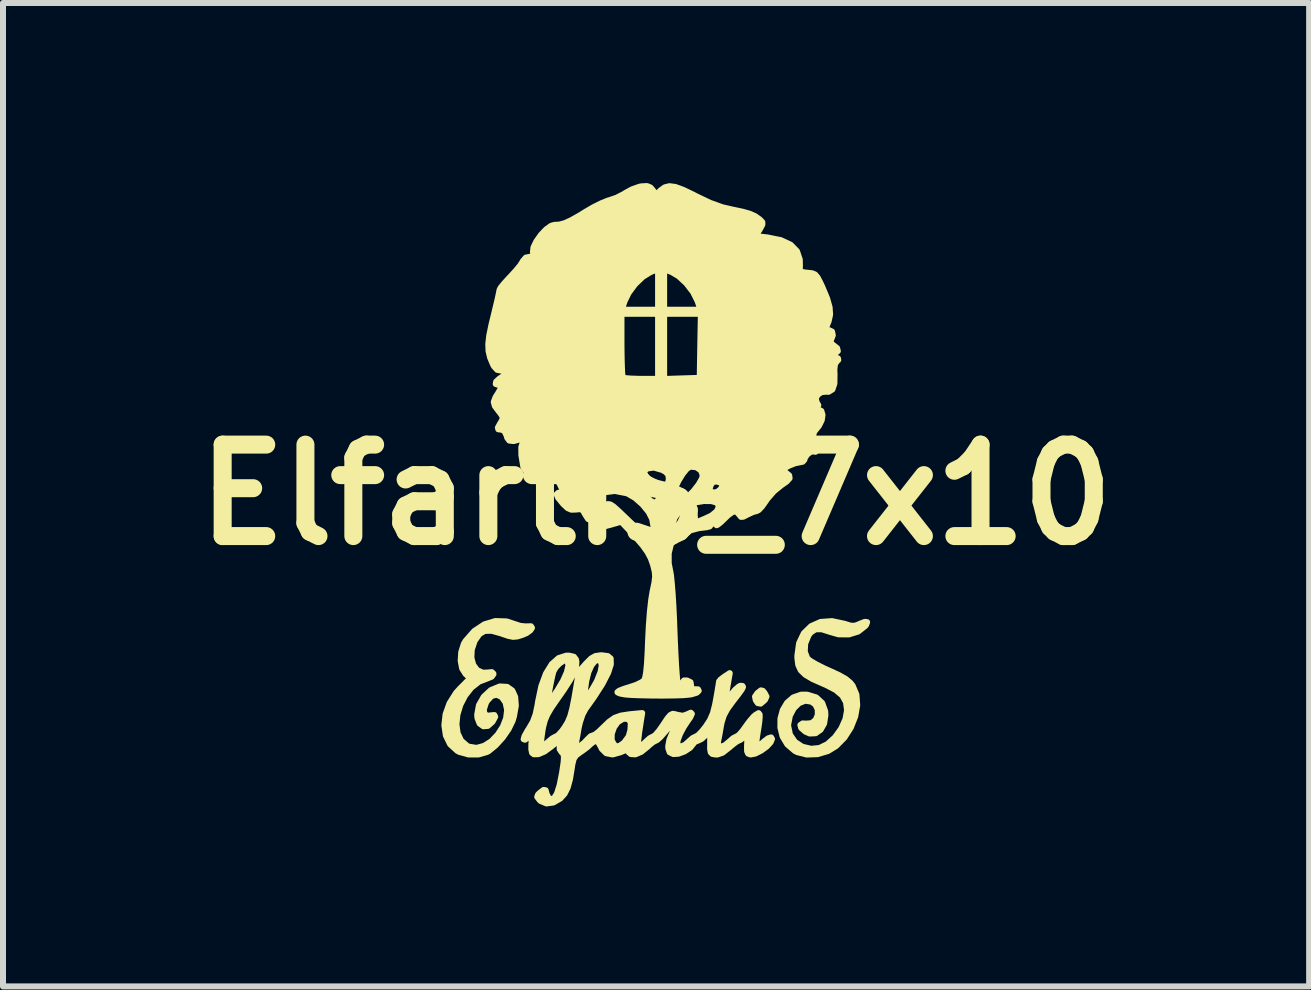
<source format=kicad_pcb>
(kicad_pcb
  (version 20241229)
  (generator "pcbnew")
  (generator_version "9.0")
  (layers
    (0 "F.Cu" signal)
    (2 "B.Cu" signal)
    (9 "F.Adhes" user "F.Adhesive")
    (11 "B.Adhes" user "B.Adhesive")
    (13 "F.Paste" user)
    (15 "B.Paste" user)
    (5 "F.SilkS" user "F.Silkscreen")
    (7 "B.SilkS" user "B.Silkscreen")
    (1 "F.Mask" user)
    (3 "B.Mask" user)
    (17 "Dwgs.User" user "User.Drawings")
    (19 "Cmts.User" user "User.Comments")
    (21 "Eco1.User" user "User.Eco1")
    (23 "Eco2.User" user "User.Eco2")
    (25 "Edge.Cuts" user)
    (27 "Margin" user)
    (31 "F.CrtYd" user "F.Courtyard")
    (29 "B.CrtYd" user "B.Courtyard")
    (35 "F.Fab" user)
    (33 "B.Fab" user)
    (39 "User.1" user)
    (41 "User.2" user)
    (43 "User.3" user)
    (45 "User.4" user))
  (footprint "ElfartiS_7x10"
    (layer "F.Cu")
    (at 7.881 5.193)
    (property "Reference" "ElfartiS_7x10" (at 0 0 0) (layer "F.SilkS") (effects (font (size 1.524 1.524) (thickness 0.3))))
    (attr through_hole)
    (fp_poly (pts (xy 1.84 3.362) (xy 1.819 3.412) (xy 1.804 3.429) (xy 1.742 3.481) (xy 1.695 3.472) (xy 1.662 3.425) (xy 1.649 3.364) (xy 1.69 3.305) (xy 1.695 3.301) (xy 1.747 3.26) (xy 1.78 3.268) (xy 1.81 3.305) (xy 1.84 3.362)) (stroke (width 0.1) (type solid)) (fill yes) (layer "F.SilkS"))
    (fp_poly (pts (xy 3.517 2.123) (xy 3.502 2.166) (xy 3.487 2.186) (xy 3.367 2.28) (xy 3.212 2.328) (xy 3.04 2.326) (xy 2.901 2.286) (xy 2.759 2.241) (xy 2.655 2.243) (xy 2.576 2.296) (xy 2.54 2.345) (xy 2.485 2.481) (xy 2.478 2.616) (xy 2.52 2.727) (xy 2.52 2.728) (xy 2.571 2.769) (xy 2.668 2.826) (xy 2.797 2.891) (xy 2.883 2.93) (xy 3.047 3.005) (xy 3.16 3.069) (xy 3.235 3.131) (xy 3.275 3.18) (xy 3.339 3.331) (xy 3.352 3.507) (xy 3.319 3.694) (xy 3.246 3.879) (xy 3.138 4.048) (xy 3.001 4.187) (xy 2.864 4.271) (xy 2.689 4.323) (xy 2.51 4.329) (xy 2.352 4.289) (xy 2.311 4.267) (xy 2.188 4.161) (xy 2.109 4.029) (xy 2.072 3.881) (xy 2.073 3.731) (xy 2.111 3.589) (xy 2.183 3.467) (xy 2.286 3.378) (xy 2.417 3.332) (xy 2.52 3.332) (xy 2.668 3.377) (xy 2.769 3.47) (xy 2.818 3.607) (xy 2.822 3.672) (xy 2.801 3.812) (xy 2.743 3.915) (xy 2.659 3.974) (xy 2.56 3.979) (xy 2.488 3.947) (xy 2.419 3.886) (xy 2.405 3.837) (xy 2.443 3.811) (xy 2.503 3.814) (xy 2.595 3.806) (xy 2.66 3.752) (xy 2.695 3.67) (xy 2.695 3.579) (xy 2.655 3.496) (xy 2.59 3.448) (xy 2.484 3.432) (xy 2.382 3.473) (xy 2.294 3.56) (xy 2.23 3.682) (xy 2.202 3.828) (xy 2.201 3.852) (xy 2.232 3.999) (xy 2.314 4.118) (xy 2.436 4.199) (xy 2.585 4.234) (xy 2.724 4.22) (xy 2.856 4.156) (xy 2.981 4.043) (xy 3.086 3.897) (xy 3.157 3.738) (xy 3.183 3.59) (xy 3.165 3.457) (xy 3.105 3.348) (xy 2.995 3.254) (xy 2.827 3.167) (xy 2.789 3.151) (xy 2.61 3.072) (xy 2.487 2.999) (xy 2.41 2.924) (xy 2.369 2.834) (xy 2.355 2.72) (xy 2.355 2.682) (xy 2.383 2.475) (xy 2.462 2.309) (xy 2.584 2.19) (xy 2.742 2.12) (xy 2.931 2.106) (xy 3.142 2.151) (xy 3.144 2.152) (xy 3.242 2.182) (xy 3.31 2.184) (xy 3.38 2.159) (xy 3.395 2.151) (xy 3.48 2.118) (xy 3.517 2.123)) (stroke (width 0.1) (type solid)) (fill yes) (layer "F.SilkS"))
    (fp_poly (pts (xy -2.067 2.218) (xy -2.094 2.26) (xy -2.158 2.306) (xy -2.229 2.336) (xy -2.313 2.362) (xy -2.382 2.368) (xy -2.461 2.352) (xy -2.576 2.313) (xy -2.58 2.311) (xy -2.738 2.267) (xy -2.855 2.269) (xy -2.943 2.321) (xy -3.016 2.427) (xy -3.023 2.438) (xy -3.071 2.582) (xy -3.077 2.719) (xy -3.045 2.837) (xy -2.98 2.923) (xy -2.888 2.966) (xy -2.81 2.963) (xy -2.736 2.956) (xy -2.71 2.98) (xy -2.709 2.99) (xy -2.739 3.032) (xy -2.802 3.058) (xy -2.95 3.115) (xy -3.078 3.216) (xy -3.182 3.349) (xy -3.261 3.502) (xy -3.31 3.665) (xy -3.326 3.826) (xy -3.306 3.974) (xy -3.248 4.097) (xy -3.147 4.185) (xy -3.119 4.198) (xy -2.991 4.219) (xy -2.863 4.184) (xy -2.742 4.107) (xy -2.636 3.996) (xy -2.552 3.865) (xy -2.498 3.725) (xy -2.481 3.586) (xy -2.508 3.46) (xy -2.573 3.37) (xy -2.657 3.331) (xy -2.741 3.354) (xy -2.816 3.436) (xy -2.835 3.471) (xy -2.87 3.58) (xy -2.86 3.653) (xy -2.806 3.683) (xy -2.76 3.677) (xy -2.694 3.671) (xy -2.68 3.7) (xy -2.717 3.769) (xy -2.728 3.786) (xy -2.802 3.852) (xy -2.877 3.858) (xy -2.94 3.812) (xy -2.976 3.719) (xy -2.98 3.666) (xy -2.951 3.507) (xy -2.87 3.365) (xy -2.752 3.256) (xy -2.61 3.197) (xy -2.599 3.195) (xy -2.481 3.202) (xy -2.395 3.263) (xy -2.347 3.369) (xy -2.336 3.516) (xy -2.368 3.695) (xy -2.39 3.768) (xy -2.456 3.904) (xy -2.555 4.047) (xy -2.672 4.176) (xy -2.787 4.27) (xy -2.813 4.285) (xy -2.959 4.328) (xy -3.124 4.328) (xy -3.276 4.286) (xy -3.313 4.266) (xy -3.431 4.158) (xy -3.502 4.012) (xy -3.527 3.842) (xy -3.507 3.659) (xy -3.441 3.475) (xy -3.331 3.301) (xy -3.267 3.23) (xy -3.095 3.057) (xy -3.173 2.987) (xy -3.231 2.895) (xy -3.255 2.767) (xy -3.246 2.624) (xy -3.204 2.489) (xy -3.175 2.438) (xy -3.029 2.272) (xy -2.86 2.16) (xy -2.678 2.105) (xy -2.491 2.111) (xy -2.371 2.15) (xy -2.266 2.185) (xy -2.17 2.195) (xy -2.151 2.193) (xy -2.084 2.192) (xy -2.067 2.218)) (stroke (width 0.1) (type solid)) (fill yes) (layer "F.SilkS"))
    (fp_poly (pts (xy 1.932 4.07) (xy 1.909 4.125) (xy 1.844 4.196) (xy 1.751 4.264) (xy 1.653 4.313) (xy 1.577 4.328) (xy 1.576 4.328) (xy 1.535 4.314) (xy 1.517 4.275) (xy 1.516 4.193) (xy 1.518 4.15) (xy 1.523 4.052) (xy 1.517 4.01) (xy 1.496 4.013) (xy 1.465 4.04) (xy 1.406 4.084) (xy 1.373 4.098) (xy 1.335 4.119) (xy 1.265 4.173) (xy 1.212 4.218) (xy 1.108 4.299) (xy 1.022 4.329) (xy 0.988 4.328) (xy 0.938 4.319) (xy 0.911 4.293) (xy 0.901 4.235) (xy 0.902 4.128) (xy 0.902 4.116) (xy 0.906 3.914) (xy 0.827 4.006) (xy 0.76 4.068) (xy 0.7 4.097) (xy 0.695 4.098) (xy 0.637 4.125) (xy 0.622 4.148) (xy 0.568 4.216) (xy 0.475 4.277) (xy 0.371 4.316) (xy 0.287 4.321) (xy 0.227 4.291) (xy 0.205 4.229) (xy 0.203 4.19) (xy 0.222 4.086) (xy 0.266 3.978) (xy 0.271 3.97) (xy 0.32 3.885) (xy 0.335 3.843) (xy 0.317 3.828) (xy 0.294 3.827) (xy 0.248 3.852) (xy 0.181 3.914) (xy 0.14 3.962) (xy 0.071 4.04) (xy 0.016 4.089) (xy -0.004 4.098) (xy -0.048 4.12) (xy -0.116 4.175) (xy -0.141 4.199) (xy -0.246 4.284) (xy -0.344 4.326) (xy -0.42 4.321) (xy -0.42 3.807) (xy -0.448 3.745) (xy -0.516 3.731) (xy -0.556 3.738) (xy -0.638 3.788) (xy -0.701 3.877) (xy -0.738 3.984) (xy -0.74 4.087) (xy -0.704 4.159) (xy -0.66 4.193) (xy -0.615 4.189) (xy -0.547 4.143) (xy -0.534 4.133) (xy -0.457 4.03) (xy -0.427 3.924) (xy -0.42 3.807) (xy -0.42 4.321) (xy -0.421 4.321) (xy -0.453 4.293) (xy -0.482 4.261) (xy -0.524 4.262) (xy -0.595 4.292) (xy -0.724 4.328) (xy -0.83 4.307) (xy -0.905 4.233) (xy -0.92 4.198) (xy -0.966 4.118) (xy -1.023 4.103) (xy -1.088 4.153) (xy -1.145 4.206) (xy -1.231 4.27) (xy -1.256 4.286) (xy -1.331 4.341) (xy -1.372 4.401) (xy -1.395 4.494) (xy -1.402 4.544) (xy -1.434 4.739) (xy -1.473 4.881) (xy -1.524 4.983) (xy -1.593 5.059) (xy -1.595 5.061) (xy -1.712 5.129) (xy -1.826 5.144) (xy -1.923 5.104) (xy -1.942 5.085) (xy -1.98 5.035) (xy -1.966 4.996) (xy -1.936 4.967) (xy -1.873 4.919) (xy -1.839 4.925) (xy -1.823 4.987) (xy -1.791 5.051) (xy -1.752 5.074) (xy -1.698 5.056) (xy -1.65 4.978) (xy -1.606 4.838) (xy -1.566 4.633) (xy -1.56 4.595) (xy -1.54 4.46) (xy -1.534 4.376) (xy -1.542 4.326) (xy -1.564 4.296) (xy -1.574 4.289) (xy -1.606 4.239) (xy -1.604 4.182) (xy -1.575 4.144) (xy -1.54 4.144) (xy -1.499 4.129) (xy -1.475 4.075) (xy -1.464 3.996) (xy -1.48 3.973) (xy -1.519 4.01) (xy -1.53 4.027) (xy -1.575 4.081) (xy -1.604 4.098) (xy -1.645 4.118) (xy -1.715 4.171) (xy -1.749 4.199) (xy -1.859 4.279) (xy -1.959 4.323) (xy -2.035 4.325) (xy -2.066 4.301) (xy -2.078 4.243) (xy -2.077 4.149) (xy -2.074 4.119) (xy -2.064 4.033) (xy -2.071 4.003) (xy -2.099 4.018) (xy -2.123 4.039) (xy -2.183 4.082) (xy -2.206 4.074) (xy -2.191 4.021) (xy -2.139 3.928) (xy -2.118 3.896) (xy -2.052 3.783) (xy -2.007 3.661) (xy -1.974 3.504) (xy -1.966 3.45) (xy -1.912 3.192) (xy -1.835 2.982) (xy -1.737 2.823) (xy -1.623 2.722) (xy -1.494 2.681) (xy -1.448 2.682) (xy -1.369 2.7) (xy -1.334 2.745) (xy -1.327 2.783) (xy -1.332 2.862) (xy -1.366 2.962) (xy -1.434 3.09) (xy -1.46 3.131) (xy -1.46 2.848) (xy -1.473 2.776) (xy -1.489 2.761) (xy -1.538 2.765) (xy -1.605 2.809) (xy -1.669 2.874) (xy -1.71 2.945) (xy -1.71 2.947) (xy -1.728 3.016) (xy -1.75 3.119) (xy -1.773 3.235) (xy -1.792 3.347) (xy -1.806 3.437) (xy -1.81 3.485) (xy -1.808 3.488) (xy -1.785 3.462) (xy -1.734 3.393) (xy -1.666 3.293) (xy -1.642 3.257) (xy -1.548 3.099) (xy -1.486 2.959) (xy -1.46 2.848) (xy -1.46 3.131) (xy -1.539 3.254) (xy -1.652 3.415) (xy -1.749 3.556) (xy -1.813 3.666) (xy -1.854 3.764) (xy -1.882 3.872) (xy -1.893 3.936) (xy -1.91 4.056) (xy -1.918 4.147) (xy -1.915 4.192) (xy -1.914 4.193) (xy -1.881 4.184) (xy -1.821 4.139) (xy -1.801 4.121) (xy -1.731 4.062) (xy -1.676 4.031) (xy -1.668 4.03) (xy -1.628 4.004) (xy -1.568 3.938) (xy -1.524 3.877) (xy -1.471 3.79) (xy -1.43 3.692) (xy -1.396 3.565) (xy -1.361 3.392) (xy -1.353 3.344) (xy -1.327 3.192) (xy -1.306 3.068) (xy -1.292 2.984) (xy -1.287 2.955) (xy -1.266 2.927) (xy -1.213 2.866) (xy -1.164 2.811) (xy -1.081 2.728) (xy -1.01 2.688) (xy -0.925 2.676) (xy -0.909 2.675) (xy -0.803 2.689) (xy -0.756 2.729) (xy -0.753 2.826) (xy -0.798 2.966) (xy -0.891 3.148) (xy -0.904 3.169) (xy -0.904 2.842) (xy -0.923 2.771) (xy -0.956 2.751) (xy -1.017 2.77) (xy -1.076 2.843) (xy -1.127 2.957) (xy -1.162 3.099) (xy -1.166 3.126) (xy -1.183 3.246) (xy -1.201 3.35) (xy -1.208 3.387) (xy -1.216 3.433) (xy -1.202 3.433) (xy -1.16 3.382) (xy -1.138 3.354) (xy -1.064 3.245) (xy -0.993 3.121) (xy -0.98 3.094) (xy -0.924 2.952) (xy -0.904 2.842) (xy -0.904 3.169) (xy -1.032 3.369) (xy -1.177 3.573) (xy -1.225 3.663) (xy -1.267 3.789) (xy -1.288 3.878) (xy -1.309 4.001) (xy -1.329 4.108) (xy -1.34 4.159) (xy -1.346 4.213) (xy -1.32 4.215) (xy -1.28 4.196) (xy -1.201 4.137) (xy -1.141 4.075) (xy -1.089 4.024) (xy -1.053 4.011) (xy -1.053 4.011) (xy -1.017 3.998) (xy -0.952 3.946) (xy -0.895 3.891) (xy -0.784 3.784) (xy -0.69 3.718) (xy -0.588 3.681) (xy -0.453 3.66) (xy -0.429 3.657) (xy -0.231 3.638) (xy -0.253 3.775) (xy -0.282 3.966) (xy -0.297 4.097) (xy -0.296 4.173) (xy -0.278 4.2) (xy -0.241 4.184) (xy -0.184 4.13) (xy -0.169 4.115) (xy -0.104 4.057) (xy -0.052 4.03) (xy -0.049 4.03) (xy -0.011 4.004) (xy 0.049 3.934) (xy 0.118 3.836) (xy 0.121 3.831) (xy 0.19 3.727) (xy 0.238 3.671) (xy 0.278 3.651) (xy 0.324 3.658) (xy 0.35 3.667) (xy 0.449 3.684) (xy 0.516 3.66) (xy 0.579 3.632) (xy 0.597 3.65) (xy 0.569 3.711) (xy 0.529 3.767) (xy 0.459 3.874) (xy 0.4 3.986) (xy 0.362 4.086) (xy 0.352 4.155) (xy 0.357 4.167) (xy 0.408 4.198) (xy 0.481 4.169) (xy 0.542 4.115) (xy 0.607 4.057) (xy 0.66 4.03) (xy 0.663 4.03) (xy 0.704 4.005) (xy 0.768 3.939) (xy 0.828 3.863) (xy 0.899 3.754) (xy 0.948 3.641) (xy 0.984 3.498) (xy 1 3.414) (xy 1.023 3.283) (xy 1.04 3.179) (xy 1.049 3.119) (xy 1.05 3.111) (xy 1.075 3.08) (xy 1.136 3.033) (xy 1.139 3.031) (xy 1.228 2.973) (xy 1.207 3.095) (xy 1.186 3.218) (xy 1.165 3.344) (xy 1.165 3.344) (xy 1.144 3.471) (xy 1.252 3.327) (xy 1.322 3.246) (xy 1.383 3.194) (xy 1.408 3.183) (xy 1.441 3.187) (xy 1.449 3.204) (xy 1.43 3.244) (xy 1.377 3.318) (xy 1.287 3.434) (xy 1.286 3.435) (xy 1.189 3.568) (xy 1.129 3.679) (xy 1.093 3.794) (xy 1.082 3.849) (xy 1.061 3.971) (xy 1.041 4.076) (xy 1.031 4.123) (xy 1.037 4.183) (xy 1.081 4.2) (xy 1.148 4.174) (xy 1.219 4.115) (xy 1.285 4.057) (xy 1.337 4.03) (xy 1.34 4.03) (xy 1.381 4.004) (xy 1.441 3.936) (xy 1.486 3.873) (xy 1.558 3.775) (xy 1.626 3.696) (xy 1.659 3.668) (xy 1.709 3.639) (xy 1.726 3.662) (xy 1.727 3.7) (xy 1.721 3.778) (xy 1.705 3.892) (xy 1.691 3.976) (xy 1.675 4.085) (xy 1.67 4.164) (xy 1.674 4.192) (xy 1.708 4.183) (xy 1.77 4.138) (xy 1.795 4.115) (xy 1.868 4.059) (xy 1.917 4.044) (xy 1.932 4.07)) (stroke (width 0.1) (type solid)) (fill yes) (layer "F.SilkS"))
    (fp_poly (pts (xy 3.036 -2.245) (xy 3.013 -2.224) (xy 2.981 -2.174) (xy 2.971 -2.084) (xy 2.974 -2.01) (xy 2.972 -1.852) (xy 2.939 -1.754) (xy 2.875 -1.715) (xy 2.837 -1.717) (xy 2.756 -1.709) (xy 2.691 -1.664) (xy 2.66 -1.602) (xy 2.677 -1.539) (xy 2.704 -1.491) (xy 2.678 -1.457) (xy 2.673 -1.454) (xy 2.65 -1.431) (xy 2.687 -1.423) (xy 2.699 -1.423) (xy 2.754 -1.396) (xy 2.774 -1.33) (xy 2.761 -1.242) (xy 2.715 -1.149) (xy 2.686 -1.113) (xy 2.633 -1.047) (xy 2.619 -0.987) (xy 2.637 -0.898) (xy 2.639 -0.893) (xy 2.666 -0.786) (xy 2.672 -0.73) (xy 2.655 -0.715) (xy 2.628 -0.722) (xy 2.601 -0.718) (xy 2.601 -1.437) (xy 2.557 -1.45) (xy 2.508 -1.44) (xy 2.46 -1.411) (xy 2.457 -1.386) (xy 2.508 -1.357) (xy 2.569 -1.369) (xy 2.592 -1.391) (xy 2.601 -1.437) (xy 2.601 -0.718) (xy 2.572 -0.713) (xy 2.513 -0.665) (xy 2.475 -0.602) (xy 2.472 -0.582) (xy 2.444 -0.55) (xy 2.396 -0.54) (xy 2.316 -0.524) (xy 2.218 -0.485) (xy 2.203 -0.477) (xy 2.13 -0.436) (xy 2.111 -0.41) (xy 2.138 -0.383) (xy 2.161 -0.369) (xy 2.219 -0.321) (xy 2.225 -0.274) (xy 2.176 -0.219) (xy 2.117 -0.178) (xy 2.117 -0.271) (xy 2.068 -0.302) (xy 2.047 -0.305) (xy 2.003 -0.286) (xy 1.998 -0.271) (xy 2.027 -0.244) (xy 2.068 -0.237) (xy 2.115 -0.25) (xy 2.117 -0.271) (xy 2.117 -0.178) (xy 2.083 -0.154) (xy 1.962 -0.055) (xy 1.853 0.071) (xy 1.829 0.107) (xy 1.766 0.196) (xy 1.709 0.256) (xy 1.679 0.271) (xy 1.619 0.287) (xy 1.535 0.325) (xy 1.525 0.33) (xy 1.453 0.367) (xy 1.416 0.369) (xy 1.389 0.336) (xy 1.385 0.33) (xy 1.34 0.281) (xy 1.282 0.283) (xy 1.203 0.339) (xy 1.151 0.389) (xy 1.111 0.428) (xy 1.111 -0.162) (xy 1.097 -0.192) (xy 1.03 -0.216) (xy 1.027 -0.218) (xy 0.957 -0.218) (xy 0.915 -0.17) (xy 0.893 -0.103) (xy 0.898 -0.067) (xy 0.951 -0.035) (xy 1.021 -0.046) (xy 1.08 -0.095) (xy 1.085 -0.105) (xy 1.111 -0.162) (xy 1.111 0.428) (xy 1.079 0.459) (xy 1.025 0.501) (xy 1.009 0.508) (xy 0.984 0.485) (xy 0.989 0.437) (xy 1.019 0.397) (xy 1.024 0.395) (xy 1.049 0.38) (xy 1.046 0.379) (xy 1.046 0.205) (xy 1.027 0.145) (xy 1.011 0.132) (xy 0.922 0.106) (xy 0.796 0.105) (xy 0.779 0.108) (xy 0.779 -0.324) (xy 0.749 -0.404) (xy 0.747 -0.406) (xy 0.747 -3.014) (xy 0.741 -3.014) (xy 0.741 -3.082) (xy 0.692 -3.226) (xy 0.618 -3.375) (xy 0.507 -3.52) (xy 0.378 -3.64) (xy 0.262 -3.709) (xy 0.135 -3.76) (xy 0.135 -3.421) (xy 0.135 -3.082) (xy 0.438 -3.082) (xy 0.741 -3.082) (xy 0.741 -3.014) (xy 0.441 -3.014) (xy 0.135 -3.014) (xy 0.135 -2.471) (xy 0.135 -1.928) (xy 0.432 -1.938) (xy 0.728 -1.947) (xy 0.737 -2.481) (xy 0.747 -3.014) (xy 0.747 -0.406) (xy 0.673 -0.457) (xy 0.572 -0.468) (xy 0.568 -0.468) (xy 0.513 -0.432) (xy 0.445 -0.348) (xy 0.375 -0.234) (xy 0.312 -0.106) (xy 0.266 0.019) (xy 0.253 0.076) (xy 0.243 0.16) (xy 0.259 0.195) (xy 0.31 0.184) (xy 0.406 0.13) (xy 0.411 0.127) (xy 0.519 0.046) (xy 0.622 -0.058) (xy 0.709 -0.169) (xy 0.765 -0.268) (xy 0.779 -0.324) (xy 0.779 0.108) (xy 0.657 0.128) (xy 0.529 0.171) (xy 0.527 0.172) (xy 0.394 0.265) (xy 0.305 0.391) (xy 0.271 0.533) (xy 0.271 0.538) (xy 0.274 0.57) (xy 0.291 0.585) (xy 0.334 0.58) (xy 0.416 0.554) (xy 0.549 0.506) (xy 0.55 0.505) (xy 0.691 0.451) (xy 0.82 0.397) (xy 0.914 0.353) (xy 0.931 0.343) (xy 1.012 0.276) (xy 1.046 0.205) (xy 1.046 0.379) (xy 1.024 0.375) (xy 0.981 0.401) (xy 0.948 0.457) (xy 0.894 0.528) (xy 0.839 0.542) (xy 0.713 0.557) (xy 0.57 0.595) (xy 0.435 0.647) (xy 0.333 0.705) (xy 0.311 0.724) (xy 0.246 0.831) (xy 0.213 0.968) (xy 0.213 -0.26) (xy 0.206 -0.331) (xy 0.161 -0.38) (xy 0.102 -0.413) (xy 0.034 -0.432) (xy 0.034 -1.93) (xy 0.034 -2.472) (xy 0.034 -3.014) (xy 0.034 -3.082) (xy 0.034 -3.421) (xy 0.034 -3.76) (xy -0.093 -3.709) (xy -0.222 -3.63) (xy -0.35 -3.506) (xy -0.458 -3.36) (xy -0.523 -3.226) (xy -0.572 -3.082) (xy -0.269 -3.082) (xy 0.034 -3.082) (xy 0.034 -3.014) (xy -0.271 -3.014) (xy -0.576 -3.014) (xy -0.576 -2.495) (xy -0.574 -2.314) (xy -0.57 -2.157) (xy -0.565 -2.037) (xy -0.557 -1.966) (xy -0.553 -1.953) (xy -0.511 -1.943) (xy -0.419 -1.935) (xy -0.293 -1.931) (xy -0.248 -1.93) (xy 0.034 -1.93) (xy 0.034 -0.432) (xy -0.038 -0.453) (xy -0.15 -0.436) (xy -0.228 -0.367) (xy -0.263 -0.253) (xy -0.255 -0.148) (xy -0.221 -0.061) (xy -0.16 0.029) (xy -0.09 0.102) (xy -0.027 0.135) (xy -0.021 0.135) (xy 0.017 0.109) (xy 0.074 0.041) (xy 0.112 -0.015) (xy 0.169 -0.121) (xy 0.206 -0.221) (xy 0.213 -0.26) (xy 0.213 0.968) (xy 0.211 0.978) (xy 0.211 1.143) (xy 0.236 1.271) (xy 0.249 1.343) (xy 0.262 1.471) (xy 0.276 1.644) (xy 0.289 1.85) (xy 0.3 2.078) (xy 0.305 2.218) (xy 0.314 2.45) (xy 0.324 2.663) (xy 0.334 2.845) (xy 0.344 2.988) (xy 0.352 3.08) (xy 0.357 3.107) (xy 0.389 3.168) (xy 0.422 3.181) (xy 0.44 3.142) (xy 0.44 3.133) (xy 0.466 3.095) (xy 0.516 3.095) (xy 0.575 3.124) (xy 0.584 3.183) (xy 0.588 3.238) (xy 0.631 3.244) (xy 0.643 3.241) (xy 0.699 3.243) (xy 0.711 3.267) (xy 0.68 3.298) (xy 0.596 3.324) (xy 0.554 3.331) (xy 0.452 3.34) (xy 0.3 3.345) (xy 0.119 3.347) (xy -0.074 3.346) (xy -0.26 3.342) (xy -0.42 3.336) (xy -0.516 3.328) (xy -0.598 3.313) (xy -0.641 3.294) (xy -0.643 3.289) (xy -0.614 3.266) (xy -0.536 3.235) (xy -0.446 3.207) (xy -0.331 3.169) (xy -0.24 3.125) (xy -0.201 3.096) (xy -0.181 3.05) (xy -0.165 2.96) (xy -0.151 2.819) (xy -0.14 2.621) (xy -0.133 2.443) (xy -0.12 2.183) (xy -0.102 1.946) (xy -0.08 1.748) (xy -0.056 1.602) (xy -0.054 1.596) (xy -0.026 1.461) (xy -0.015 1.366) (xy -0.021 1.283) (xy -0.04 1.205) (xy -0.04 0.659) (xy -0.042 0.533) (xy -0.063 0.41) (xy -0.065 0.402) (xy -0.124 0.286) (xy -0.225 0.163) (xy -0.347 0.055) (xy -0.406 0.02) (xy -0.406 -0.306) (xy -0.425 -0.364) (xy -0.47 -0.433) (xy -0.525 -0.495) (xy -0.575 -0.532) (xy -0.598 -0.531) (xy -0.594 -0.493) (xy -0.564 -0.423) (xy -0.519 -0.342) (xy -0.473 -0.273) (xy -0.438 -0.238) (xy -0.434 -0.237) (xy -0.412 -0.266) (xy -0.406 -0.306) (xy -0.406 0.02) (xy -0.469 -0.017) (xy -0.482 -0.023) (xy -0.651 -0.056) (xy -0.651 -0.231) (xy -0.654 -0.267) (xy -0.685 -0.265) (xy -0.719 -0.229) (xy -0.725 -0.217) (xy -0.725 -0.178) (xy -0.705 -0.177) (xy -0.657 -0.219) (xy -0.651 -0.231) (xy -0.651 -0.056) (xy -0.682 -0.063) (xy -0.876 -0.039) (xy -0.932 -0.019) (xy -1.02 0.026) (xy -1.044 0.07) (xy -1.01 0.126) (xy -0.98 0.154) (xy -0.92 0.196) (xy -0.867 0.188) (xy -0.84 0.173) (xy -0.803 0.156) (xy -0.764 0.161) (xy -0.71 0.195) (xy -0.631 0.265) (xy -0.546 0.346) (xy -0.427 0.46) (xy -0.307 0.571) (xy -0.208 0.659) (xy -0.186 0.678) (xy -0.051 0.792) (xy -0.04 0.659) (xy -0.04 1.205) (xy -0.044 1.188) (xy -0.05 1.165) (xy -0.088 1.058) (xy -0.143 0.955) (xy -0.223 0.843) (xy -0.338 0.709) (xy -0.449 0.589) (xy -0.581 0.449) (xy -0.752 0.499) (xy -0.856 0.526) (xy -0.914 0.53) (xy -0.946 0.511) (xy -0.951 0.504) (xy -0.959 0.445) (xy -0.947 0.425) (xy -0.913 0.374) (xy -0.93 0.358) (xy -0.981 0.388) (xy -1.061 0.43) (xy -1.132 0.405) (xy -1.187 0.318) (xy -1.219 0.258) (xy -1.27 0.24) (xy -1.333 0.247) (xy -1.389 0.249) (xy -1.389 0.085) (xy -1.405 0.068) (xy -1.422 0.085) (xy -1.405 0.102) (xy -1.389 0.085) (xy -1.389 0.249) (xy -1.411 0.25) (xy -1.474 0.223) (xy -1.548 0.153) (xy -1.552 0.148) (xy -1.631 0.052) (xy -1.656 -0.007) (xy -1.629 -0.032) (xy -1.609 -0.034) (xy -1.567 -0.049) (xy -1.566 -0.099) (xy -1.609 -0.188) (xy -1.679 -0.299) (xy -1.757 -0.404) (xy -1.814 -0.454) (xy -1.855 -0.458) (xy -1.923 -0.44) (xy -2.023 -0.422) (xy -2.054 -0.417) (xy -2.145 -0.409) (xy -2.191 -0.421) (xy -2.211 -0.462) (xy -2.214 -0.478) (xy -2.244 -0.662) (xy -2.245 -0.794) (xy -2.216 -0.884) (xy -2.201 -0.906) (xy -2.152 -0.952) (xy -2.121 -0.958) (xy -2.101 -0.961) (xy -2.1 -0.971) (xy -2.117 -1.022) (xy -2.162 -1.016) (xy -2.209 -0.974) (xy -2.291 -0.916) (xy -2.316 -0.909) (xy -2.316 -1.175) (xy -2.316 -1.176) (xy -2.355 -1.175) (xy -2.413 -1.145) (xy -2.461 -1.105) (xy -2.472 -1.082) (xy -2.448 -1.074) (xy -2.391 -1.102) (xy -2.387 -1.104) (xy -2.331 -1.148) (xy -2.316 -1.175) (xy -2.316 -0.909) (xy -2.371 -0.894) (xy -2.445 -0.902) (xy -2.48 -0.949) (xy -2.49 -0.986) (xy -2.527 -1.064) (xy -2.577 -1.084) (xy -2.628 -1.09) (xy -2.635 -1.118) (xy -2.6 -1.183) (xy -2.587 -1.203) (xy -2.556 -1.26) (xy -2.559 -1.306) (xy -2.601 -1.367) (xy -2.621 -1.391) (xy -2.686 -1.478) (xy -2.704 -1.546) (xy -2.676 -1.622) (xy -2.642 -1.676) (xy -2.589 -1.765) (xy -2.579 -1.812) (xy -2.61 -1.828) (xy -2.625 -1.829) (xy -2.671 -1.845) (xy -2.664 -1.884) (xy -2.607 -1.936) (xy -2.574 -1.957) (xy -2.494 -2.012) (xy -2.48 -2.047) (xy -2.53 -2.064) (xy -2.57 -2.066) (xy -2.647 -2.081) (xy -2.7 -2.139) (xy -2.72 -2.176) (xy -2.766 -2.288) (xy -2.791 -2.395) (xy -2.795 -2.512) (xy -2.779 -2.654) (xy -2.741 -2.838) (xy -2.712 -2.956) (xy -2.673 -3.118) (xy -2.64 -3.257) (xy -2.618 -3.359) (xy -2.608 -3.411) (xy -2.608 -3.414) (xy -2.586 -3.453) (xy -2.527 -3.525) (xy -2.443 -3.617) (xy -2.424 -3.636) (xy -2.333 -3.736) (xy -2.26 -3.825) (xy -2.221 -3.888) (xy -2.219 -3.893) (xy -2.169 -3.951) (xy -2.114 -3.962) (xy -2.054 -3.972) (xy -2.045 -4.015) (xy -2.051 -4.044) (xy -2.042 -4.123) (xy -1.993 -4.223) (xy -1.918 -4.329) (xy -1.831 -4.421) (xy -1.747 -4.481) (xy -1.693 -4.496) (xy -1.609 -4.501) (xy -1.52 -4.525) (xy -1.411 -4.575) (xy -1.268 -4.656) (xy -1.178 -4.712) (xy -1.043 -4.791) (xy -0.91 -4.857) (xy -0.804 -4.9) (xy -0.778 -4.907) (xy -0.659 -4.948) (xy -0.537 -5.01) (xy -0.508 -5.029) (xy -0.396 -5.09) (xy -0.275 -5.132) (xy -0.244 -5.138) (xy -0.15 -5.143) (xy -0.092 -5.119) (xy -0.056 -5.077) (xy -0.001 -4.999) (xy 0.078 -5.073) (xy 0.146 -5.122) (xy 0.223 -5.141) (xy 0.321 -5.128) (xy 0.45 -5.081) (xy 0.621 -4.999) (xy 0.666 -4.975) (xy 0.898 -4.864) (xy 1.104 -4.79) (xy 1.268 -4.752) (xy 1.439 -4.716) (xy 1.56 -4.682) (xy 1.648 -4.643) (xy 1.721 -4.592) (xy 1.735 -4.58) (xy 1.771 -4.541) (xy 1.772 -4.502) (xy 1.737 -4.436) (xy 1.727 -4.419) (xy 1.659 -4.309) (xy 1.854 -4.287) (xy 2.078 -4.242) (xy 2.242 -4.166) (xy 2.348 -4.058) (xy 2.395 -3.917) (xy 2.397 -3.821) (xy 2.395 -3.749) (xy 2.418 -3.715) (xy 2.483 -3.702) (xy 2.527 -3.698) (xy 2.6 -3.69) (xy 2.65 -3.67) (xy 2.69 -3.623) (xy 2.736 -3.536) (xy 2.771 -3.461) (xy 2.85 -3.272) (xy 2.892 -3.123) (xy 2.9 -3.001) (xy 2.876 -2.891) (xy 2.866 -2.867) (xy 2.835 -2.788) (xy 2.834 -2.752) (xy 2.865 -2.743) (xy 2.88 -2.743) (xy 2.933 -2.718) (xy 2.945 -2.655) (xy 2.914 -2.576) (xy 2.908 -2.528) (xy 2.957 -2.49) (xy 3.017 -2.442) (xy 3.029 -2.393) (xy 2.993 -2.363) (xy 2.955 -2.362) (xy 2.891 -2.361) (xy 2.888 -2.342) (xy 2.947 -2.309) (xy 2.972 -2.3) (xy 3.032 -2.271) (xy 3.036 -2.245)) (stroke (width 0.1) (type solid)) (fill yes) (layer "F.SilkS")))
  (gr_rect
    (start -3 -3)
    (end 18.763 13.386)
    (stroke (width 0.1) (type default))
    (fill no)
    (layer "Edge.Cuts")))
</source>
